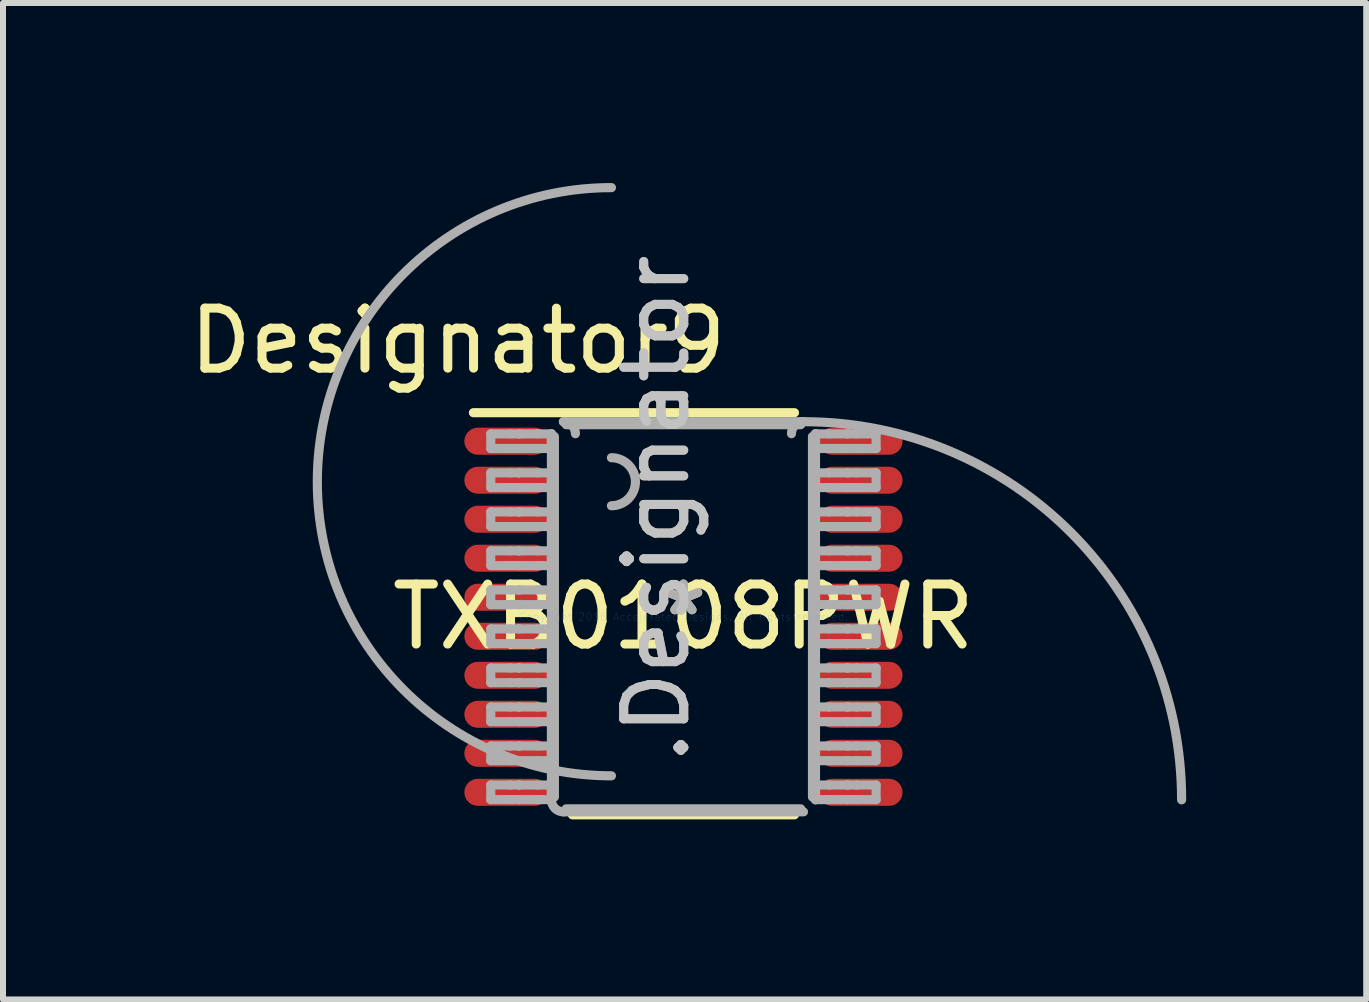
<source format=kicad_pcb>
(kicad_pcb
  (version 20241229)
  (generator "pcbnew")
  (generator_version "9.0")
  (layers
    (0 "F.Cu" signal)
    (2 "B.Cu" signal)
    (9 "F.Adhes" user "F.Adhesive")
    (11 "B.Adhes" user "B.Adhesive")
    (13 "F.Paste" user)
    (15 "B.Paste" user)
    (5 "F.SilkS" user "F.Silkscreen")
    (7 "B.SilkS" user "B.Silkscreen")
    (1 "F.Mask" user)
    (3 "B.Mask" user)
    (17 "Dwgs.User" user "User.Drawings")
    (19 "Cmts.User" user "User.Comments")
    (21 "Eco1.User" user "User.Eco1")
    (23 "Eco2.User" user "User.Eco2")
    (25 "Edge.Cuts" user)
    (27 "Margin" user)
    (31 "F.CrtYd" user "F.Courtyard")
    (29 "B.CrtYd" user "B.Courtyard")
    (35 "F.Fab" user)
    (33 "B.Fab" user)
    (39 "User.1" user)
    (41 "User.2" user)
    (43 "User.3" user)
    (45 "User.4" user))
  (footprint "TXB0108PWR"
    (layer "F.Cu")
    (at 8.337 7.226)
    (property "Reference" "TXB0108PWR" (at 0 0 0) (layer "F.SilkS") (effects (font (size 1 1) (thickness 0.15))))
    (attr through_hole)
    (fp_line (start -3.5 -3.4) (end 1.85 -3.4) (stroke (width 0.152) (type solid)) (layer "F.SilkS"))
    (fp_line (start -1.85 3.3) (end 1.85 3.3) (stroke (width 0.152) (type solid)) (layer "F.SilkS"))
    (fp_line (start -3.21 -3.047) (end -2.887 -3.047) (stroke (width 0.152) (type solid)) (layer "F.Fab"))
    (fp_line (start -3.21 -2.803) (end -3.21 -3.047) (stroke (width 0.152) (type solid)) (layer "F.Fab"))
    (fp_line (start -3.21 -2.803) (end -2.887 -2.803) (stroke (width 0.152) (type solid)) (layer "F.Fab"))
    (fp_line (start -3.21 -2.398) (end -2.887 -2.398) (stroke (width 0.152) (type solid)) (layer "F.Fab"))
    (fp_line (start -3.21 -2.152) (end -3.21 -2.398) (stroke (width 0.152) (type solid)) (layer "F.Fab"))
    (fp_line (start -3.21 -2.152) (end -2.887 -2.152) (stroke (width 0.152) (type solid)) (layer "F.Fab"))
    (fp_line (start -3.21 -1.747) (end -2.887 -1.747) (stroke (width 0.152) (type solid)) (layer "F.Fab"))
    (fp_line (start -3.21 -1.503) (end -3.21 -1.747) (stroke (width 0.152) (type solid)) (layer "F.Fab"))
    (fp_line (start -3.21 -1.503) (end -2.887 -1.503) (stroke (width 0.152) (type solid)) (layer "F.Fab"))
    (fp_line (start -3.21 -1.098) (end -2.887 -1.098) (stroke (width 0.152) (type solid)) (layer "F.Fab"))
    (fp_line (start -3.21 -0.852) (end -3.21 -1.098) (stroke (width 0.152) (type solid)) (layer "F.Fab"))
    (fp_line (start -3.21 -0.852) (end -2.887 -0.852) (stroke (width 0.152) (type solid)) (layer "F.Fab"))
    (fp_line (start -3.21 -0.447) (end -2.887 -0.447) (stroke (width 0.152) (type solid)) (layer "F.Fab"))
    (fp_line (start -3.21 -0.202) (end -3.21 -0.447) (stroke (width 0.152) (type solid)) (layer "F.Fab"))
    (fp_line (start -3.21 -0.202) (end -2.887 -0.202) (stroke (width 0.152) (type solid)) (layer "F.Fab"))
    (fp_line (start -3.21 0.202) (end -2.887 0.202) (stroke (width 0.152) (type solid)) (layer "F.Fab"))
    (fp_line (start -3.21 0.448) (end -3.21 0.202) (stroke (width 0.152) (type solid)) (layer "F.Fab"))
    (fp_line (start -3.21 0.448) (end -2.887 0.448) (stroke (width 0.152) (type solid)) (layer "F.Fab"))
    (fp_line (start -3.21 0.853) (end -2.887 0.853) (stroke (width 0.152) (type solid)) (layer "F.Fab"))
    (fp_line (start -3.21 1.098) (end -3.21 0.853) (stroke (width 0.152) (type solid)) (layer "F.Fab"))
    (fp_line (start -3.21 1.098) (end -2.887 1.098) (stroke (width 0.152) (type solid)) (layer "F.Fab"))
    (fp_line (start -3.21 1.503) (end -2.887 1.503) (stroke (width 0.152) (type solid)) (layer "F.Fab"))
    (fp_line (start -3.21 1.748) (end -3.21 1.503) (stroke (width 0.152) (type solid)) (layer "F.Fab"))
    (fp_line (start -3.21 1.748) (end -2.887 1.748) (stroke (width 0.152) (type solid)) (layer "F.Fab"))
    (fp_line (start -3.21 2.153) (end -2.887 2.153) (stroke (width 0.152) (type solid)) (layer "F.Fab"))
    (fp_line (start -3.21 2.398) (end -3.21 2.153) (stroke (width 0.152) (type solid)) (layer "F.Fab"))
    (fp_line (start -3.21 2.398) (end -2.887 2.398) (stroke (width 0.152) (type solid)) (layer "F.Fab"))
    (fp_line (start -3.21 2.803) (end -2.887 2.803) (stroke (width 0.152) (type solid)) (layer "F.Fab"))
    (fp_line (start -3.21 3.047) (end -3.21 2.803) (stroke (width 0.152) (type solid)) (layer "F.Fab"))
    (fp_line (start -3.21 3.047) (end -2.887 3.047) (stroke (width 0.152) (type solid)) (layer "F.Fab"))
    (fp_line (start -2.887 -3.047) (end -2.739 -3.047) (stroke (width 0.152) (type solid)) (layer "F.Fab"))
    (fp_line (start -2.887 -2.803) (end -2.739 -2.803) (stroke (width 0.152) (type solid)) (layer "F.Fab"))
    (fp_line (start -2.887 -2.398) (end -2.739 -2.398) (stroke (width 0.152) (type solid)) (layer "F.Fab"))
    (fp_line (start -2.887 -2.152) (end -2.739 -2.152) (stroke (width 0.152) (type solid)) (layer "F.Fab"))
    (fp_line (start -2.887 -1.747) (end -2.739 -1.747) (stroke (width 0.152) (type solid)) (layer "F.Fab"))
    (fp_line (start -2.887 -1.503) (end -2.739 -1.503) (stroke (width 0.152) (type solid)) (layer "F.Fab"))
    (fp_line (start -2.887 -1.098) (end -2.739 -1.098) (stroke (width 0.152) (type solid)) (layer "F.Fab"))
    (fp_line (start -2.887 -0.852) (end -2.739 -0.852) (stroke (width 0.152) (type solid)) (layer "F.Fab"))
    (fp_line (start -2.887 -0.447) (end -2.739 -0.447) (stroke (width 0.152) (type solid)) (layer "F.Fab"))
    (fp_line (start -2.887 -0.202) (end -2.739 -0.202) (stroke (width 0.152) (type solid)) (layer "F.Fab"))
    (fp_line (start -2.887 0.202) (end -2.739 0.202) (stroke (width 0.152) (type solid)) (layer "F.Fab"))
    (fp_line (start -2.887 0.448) (end -2.739 0.448) (stroke (width 0.152) (type solid)) (layer "F.Fab"))
    (fp_line (start -2.887 0.853) (end -2.739 0.853) (stroke (width 0.152) (type solid)) (layer "F.Fab"))
    (fp_line (start -2.887 1.098) (end -2.739 1.098) (stroke (width 0.152) (type solid)) (layer "F.Fab"))
    (fp_line (start -2.887 1.503) (end -2.739 1.503) (stroke (width 0.152) (type solid)) (layer "F.Fab"))
    (fp_line (start -2.887 1.748) (end -2.739 1.748) (stroke (width 0.152) (type solid)) (layer "F.Fab"))
    (fp_line (start -2.887 2.153) (end -2.739 2.153) (stroke (width 0.152) (type solid)) (layer "F.Fab"))
    (fp_line (start -2.887 2.398) (end -2.739 2.398) (stroke (width 0.152) (type solid)) (layer "F.Fab"))
    (fp_line (start -2.887 2.803) (end -2.739 2.803) (stroke (width 0.152) (type solid)) (layer "F.Fab"))
    (fp_line (start -2.887 3.047) (end -2.739 3.047) (stroke (width 0.152) (type solid)) (layer "F.Fab"))
    (fp_line (start -2.739 -3.047) (end -2.733 -3.047) (stroke (width 0.152) (type solid)) (layer "F.Fab"))
    (fp_line (start -2.739 -2.803) (end -2.733 -2.803) (stroke (width 0.152) (type solid)) (layer "F.Fab"))
    (fp_line (start -2.739 -2.398) (end -2.733 -2.398) (stroke (width 0.152) (type solid)) (layer "F.Fab"))
    (fp_line (start -2.739 -2.152) (end -2.733 -2.152) (stroke (width 0.152) (type solid)) (layer "F.Fab"))
    (fp_line (start -2.739 -1.747) (end -2.733 -1.747) (stroke (width 0.152) (type solid)) (layer "F.Fab"))
    (fp_line (start -2.739 -1.503) (end -2.733 -1.503) (stroke (width 0.152) (type solid)) (layer "F.Fab"))
    (fp_line (start -2.739 -1.098) (end -2.733 -1.098) (stroke (width 0.152) (type solid)) (layer "F.Fab"))
    (fp_line (start -2.739 -0.852) (end -2.733 -0.852) (stroke (width 0.152) (type solid)) (layer "F.Fab"))
    (fp_line (start -2.739 -0.447) (end -2.733 -0.447) (stroke (width 0.152) (type solid)) (layer "F.Fab"))
    (fp_line (start -2.739 -0.202) (end -2.733 -0.202) (stroke (width 0.152) (type solid)) (layer "F.Fab"))
    (fp_line (start -2.739 0.202) (end -2.733 0.202) (stroke (width 0.152) (type solid)) (layer "F.Fab"))
    (fp_line (start -2.739 0.448) (end -2.733 0.448) (stroke (width 0.152) (type solid)) (layer "F.Fab"))
    (fp_line (start -2.739 0.853) (end -2.733 0.853) (stroke (width 0.152) (type solid)) (layer "F.Fab"))
    (fp_line (start -2.739 1.098) (end -2.733 1.098) (stroke (width 0.152) (type solid)) (layer "F.Fab"))
    (fp_line (start -2.739 1.503) (end -2.733 1.503) (stroke (width 0.152) (type solid)) (layer "F.Fab"))
    (fp_line (start -2.739 1.748) (end -2.733 1.748) (stroke (width 0.152) (type solid)) (layer "F.Fab"))
    (fp_line (start -2.739 2.153) (end -2.733 2.153) (stroke (width 0.152) (type solid)) (layer "F.Fab"))
    (fp_line (start -2.739 2.398) (end -2.733 2.398) (stroke (width 0.152) (type solid)) (layer "F.Fab"))
    (fp_line (start -2.739 2.803) (end -2.733 2.803) (stroke (width 0.152) (type solid)) (layer "F.Fab"))
    (fp_line (start -2.739 3.047) (end -2.733 3.047) (stroke (width 0.152) (type solid)) (layer "F.Fab"))
    (fp_line (start -2.733 -3.047) (end -2.431 -3.047) (stroke (width 0.152) (type solid)) (layer "F.Fab"))
    (fp_line (start -2.733 -2.803) (end -2.431 -2.803) (stroke (width 0.152) (type solid)) (layer "F.Fab"))
    (fp_line (start -2.733 -2.398) (end -2.431 -2.398) (stroke (width 0.152) (type solid)) (layer "F.Fab"))
    (fp_line (start -2.733 -2.152) (end -2.431 -2.152) (stroke (width 0.152) (type solid)) (layer "F.Fab"))
    (fp_line (start -2.733 -1.747) (end -2.431 -1.747) (stroke (width 0.152) (type solid)) (layer "F.Fab"))
    (fp_line (start -2.733 -1.503) (end -2.431 -1.503) (stroke (width 0.152) (type solid)) (layer "F.Fab"))
    (fp_line (start -2.733 -1.098) (end -2.431 -1.098) (stroke (width 0.152) (type solid)) (layer "F.Fab"))
    (fp_line (start -2.733 -0.852) (end -2.431 -0.852) (stroke (width 0.152) (type solid)) (layer "F.Fab"))
    (fp_line (start -2.733 -0.447) (end -2.431 -0.447) (stroke (width 0.152) (type solid)) (layer "F.Fab"))
    (fp_line (start -2.733 -0.202) (end -2.431 -0.202) (stroke (width 0.152) (type solid)) (layer "F.Fab"))
    (fp_line (start -2.733 0.202) (end -2.431 0.202) (stroke (width 0.152) (type solid)) (layer "F.Fab"))
    (fp_line (start -2.733 0.448) (end -2.431 0.448) (stroke (width 0.152) (type solid)) (layer "F.Fab"))
    (fp_line (start -2.733 0.853) (end -2.431 0.853) (stroke (width 0.152) (type solid)) (layer "F.Fab"))
    (fp_line (start -2.733 1.098) (end -2.431 1.098) (stroke (width 0.152) (type solid)) (layer "F.Fab"))
    (fp_line (start -2.733 1.503) (end -2.431 1.503) (stroke (width 0.152) (type solid)) (layer "F.Fab"))
    (fp_line (start -2.733 1.748) (end -2.431 1.748) (stroke (width 0.152) (type solid)) (layer "F.Fab"))
    (fp_line (start -2.733 2.153) (end -2.431 2.153) (stroke (width 0.152) (type solid)) (layer "F.Fab"))
    (fp_line (start -2.733 2.398) (end -2.431 2.398) (stroke (width 0.152) (type solid)) (layer "F.Fab"))
    (fp_line (start -2.733 2.803) (end -2.431 2.803) (stroke (width 0.152) (type solid)) (layer "F.Fab"))
    (fp_line (start -2.733 3.047) (end -2.431 3.047) (stroke (width 0.152) (type solid)) (layer "F.Fab"))
    (fp_line (start -2.431 -3.047) (end -2.2 -3.047) (stroke (width 0.152) (type solid)) (layer "F.Fab"))
    (fp_line (start -2.431 -2.803) (end -2.2 -2.803) (stroke (width 0.152) (type solid)) (layer "F.Fab"))
    (fp_line (start -2.431 -2.398) (end -2.2 -2.398) (stroke (width 0.152) (type solid)) (layer "F.Fab"))
    (fp_line (start -2.431 -2.152) (end -2.2 -2.152) (stroke (width 0.152) (type solid)) (layer "F.Fab"))
    (fp_line (start -2.431 -1.747) (end -2.2 -1.747) (stroke (width 0.152) (type solid)) (layer "F.Fab"))
    (fp_line (start -2.431 -1.503) (end -2.2 -1.503) (stroke (width 0.152) (type solid)) (layer "F.Fab"))
    (fp_line (start -2.431 -1.098) (end -2.2 -1.098) (stroke (width 0.152) (type solid)) (layer "F.Fab"))
    (fp_line (start -2.431 -0.852) (end -2.2 -0.852) (stroke (width 0.152) (type solid)) (layer "F.Fab"))
    (fp_line (start -2.431 -0.447) (end -2.2 -0.447) (stroke (width 0.152) (type solid)) (layer "F.Fab"))
    (fp_line (start -2.431 -0.202) (end -2.2 -0.202) (stroke (width 0.152) (type solid)) (layer "F.Fab"))
    (fp_line (start -2.431 0.202) (end -2.2 0.202) (stroke (width 0.152) (type solid)) (layer "F.Fab"))
    (fp_line (start -2.431 0.448) (end -2.2 0.448) (stroke (width 0.152) (type solid)) (layer "F.Fab"))
    (fp_line (start -2.431 0.853) (end -2.2 0.853) (stroke (width 0.152) (type solid)) (layer "F.Fab"))
    (fp_line (start -2.431 1.098) (end -2.2 1.098) (stroke (width 0.152) (type solid)) (layer "F.Fab"))
    (fp_line (start -2.431 1.503) (end -2.2 1.503) (stroke (width 0.152) (type solid)) (layer "F.Fab"))
    (fp_line (start -2.431 1.748) (end -2.2 1.748) (stroke (width 0.152) (type solid)) (layer "F.Fab"))
    (fp_line (start -2.431 2.153) (end -2.2 2.153) (stroke (width 0.152) (type solid)) (layer "F.Fab"))
    (fp_line (start -2.431 2.398) (end -2.2 2.398) (stroke (width 0.152) (type solid)) (layer "F.Fab"))
    (fp_line (start -2.431 2.803) (end -2.2 2.803) (stroke (width 0.152) (type solid)) (layer "F.Fab"))
    (fp_line (start -2.431 3.047) (end -2.2 3.047) (stroke (width 0.152) (type solid)) (layer "F.Fab"))
    (fp_line (start -2.2 -2.803) (end -2.2 -3.047) (stroke (width 0.152) (type solid)) (layer "F.Fab"))
    (fp_line (start -2.2 -2.152) (end -2.2 -2.398) (stroke (width 0.152) (type solid)) (layer "F.Fab"))
    (fp_line (start -2.2 -1.503) (end -2.2 -1.747) (stroke (width 0.152) (type solid)) (layer "F.Fab"))
    (fp_line (start -2.2 -0.852) (end -2.2 -1.098) (stroke (width 0.152) (type solid)) (layer "F.Fab"))
    (fp_line (start -2.2 -0.202) (end -2.2 -0.447) (stroke (width 0.152) (type solid)) (layer "F.Fab"))
    (fp_line (start -2.2 0.448) (end -2.2 0.202) (stroke (width 0.152) (type solid)) (layer "F.Fab"))
    (fp_line (start -2.2 1.098) (end -2.2 0.853) (stroke (width 0.152) (type solid)) (layer "F.Fab"))
    (fp_line (start -2.2 1.748) (end -2.2 1.503) (stroke (width 0.152) (type solid)) (layer "F.Fab"))
    (fp_line (start -2.2 2.398) (end -2.2 2.153) (stroke (width 0.152) (type solid)) (layer "F.Fab"))
    (fp_line (start -2.2 3.047) (end -2.2 2.803) (stroke (width 0.152) (type solid)) (layer "F.Fab"))
    (fp_line (start -2.2 3.05) (end -2.2 -3.05) (stroke (width 0.152) (type solid)) (layer "F.Fab"))
    (fp_line (start -2.15 3.004) (end -2.15 -3.004) (stroke (width 0.152) (type solid)) (layer "F.Fab"))
    (fp_line (start -2 -3.25) (end 2 -3.25) (stroke (width 0.152) (type solid)) (layer "F.Fab"))
    (fp_line (start -2 3.25) (end 2 3.25) (stroke (width 0.152) (type solid)) (layer "F.Fab"))
    (fp_line (start -1.954 -3.2) (end 1.954 -3.2) (stroke (width 0.152) (type solid)) (layer "F.Fab"))
    (fp_line (start -1.954 3.2) (end 1.954 3.2) (stroke (width 0.152) (type solid)) (layer "F.Fab"))
    (fp_line (start 2.15 3.004) (end 2.15 -3.004) (stroke (width 0.152) (type solid)) (layer "F.Fab"))
    (fp_line (start 2.2 -3.047) (end 2.43 -3.047) (stroke (width 0.152) (type solid)) (layer "F.Fab"))
    (fp_line (start 2.2 -2.803) (end 2.2 -3.047) (stroke (width 0.152) (type solid)) (layer "F.Fab"))
    (fp_line (start 2.2 -2.803) (end 2.43 -2.803) (stroke (width 0.152) (type solid)) (layer "F.Fab"))
    (fp_line (start 2.2 -2.398) (end 2.43 -2.398) (stroke (width 0.152) (type solid)) (layer "F.Fab"))
    (fp_line (start 2.2 -2.152) (end 2.2 -2.398) (stroke (width 0.152) (type solid)) (layer "F.Fab"))
    (fp_line (start 2.2 -2.152) (end 2.43 -2.152) (stroke (width 0.152) (type solid)) (layer "F.Fab"))
    (fp_line (start 2.2 -1.747) (end 2.43 -1.747) (stroke (width 0.152) (type solid)) (layer "F.Fab"))
    (fp_line (start 2.2 -1.503) (end 2.2 -1.747) (stroke (width 0.152) (type solid)) (layer "F.Fab"))
    (fp_line (start 2.2 -1.503) (end 2.43 -1.503) (stroke (width 0.152) (type solid)) (layer "F.Fab"))
    (fp_line (start 2.2 -1.098) (end 2.43 -1.098) (stroke (width 0.152) (type solid)) (layer "F.Fab"))
    (fp_line (start 2.2 -0.852) (end 2.2 -1.098) (stroke (width 0.152) (type solid)) (layer "F.Fab"))
    (fp_line (start 2.2 -0.852) (end 2.43 -0.852) (stroke (width 0.152) (type solid)) (layer "F.Fab"))
    (fp_line (start 2.2 -0.447) (end 2.43 -0.447) (stroke (width 0.152) (type solid)) (layer "F.Fab"))
    (fp_line (start 2.2 -0.202) (end 2.2 -0.447) (stroke (width 0.152) (type solid)) (layer "F.Fab"))
    (fp_line (start 2.2 -0.202) (end 2.43 -0.202) (stroke (width 0.152) (type solid)) (layer "F.Fab"))
    (fp_line (start 2.2 0.202) (end 2.43 0.202) (stroke (width 0.152) (type solid)) (layer "F.Fab"))
    (fp_line (start 2.2 0.448) (end 2.2 0.202) (stroke (width 0.152) (type solid)) (layer "F.Fab"))
    (fp_line (start 2.2 0.448) (end 2.43 0.448) (stroke (width 0.152) (type solid)) (layer "F.Fab"))
    (fp_line (start 2.2 0.853) (end 2.43 0.853) (stroke (width 0.152) (type solid)) (layer "F.Fab"))
    (fp_line (start 2.2 1.098) (end 2.2 0.853) (stroke (width 0.152) (type solid)) (layer "F.Fab"))
    (fp_line (start 2.2 1.098) (end 2.43 1.098) (stroke (width 0.152) (type solid)) (layer "F.Fab"))
    (fp_line (start 2.2 1.503) (end 2.43 1.503) (stroke (width 0.152) (type solid)) (layer "F.Fab"))
    (fp_line (start 2.2 1.748) (end 2.2 1.503) (stroke (width 0.152) (type solid)) (layer "F.Fab"))
    (fp_line (start 2.2 1.748) (end 2.43 1.748) (stroke (width 0.152) (type solid)) (layer "F.Fab"))
    (fp_line (start 2.2 2.153) (end 2.43 2.153) (stroke (width 0.152) (type solid)) (layer "F.Fab"))
    (fp_line (start 2.2 2.398) (end 2.2 2.153) (stroke (width 0.152) (type solid)) (layer "F.Fab"))
    (fp_line (start 2.2 2.398) (end 2.43 2.398) (stroke (width 0.152) (type solid)) (layer "F.Fab"))
    (fp_line (start 2.2 2.803) (end 2.43 2.803) (stroke (width 0.152) (type solid)) (layer "F.Fab"))
    (fp_line (start 2.2 3.047) (end 2.2 2.803) (stroke (width 0.152) (type solid)) (layer "F.Fab"))
    (fp_line (start 2.2 3.047) (end 2.43 3.047) (stroke (width 0.152) (type solid)) (layer "F.Fab"))
    (fp_line (start 2.2 3.05) (end 2.2 -3.05) (stroke (width 0.152) (type solid)) (layer "F.Fab"))
    (fp_line (start 2.43 -3.047) (end 2.733 -3.047) (stroke (width 0.152) (type solid)) (layer "F.Fab"))
    (fp_line (start 2.43 -2.803) (end 2.733 -2.803) (stroke (width 0.152) (type solid)) (layer "F.Fab"))
    (fp_line (start 2.43 -2.398) (end 2.733 -2.398) (stroke (width 0.152) (type solid)) (layer "F.Fab"))
    (fp_line (start 2.43 -2.152) (end 2.733 -2.152) (stroke (width 0.152) (type solid)) (layer "F.Fab"))
    (fp_line (start 2.43 -1.747) (end 2.733 -1.747) (stroke (width 0.152) (type solid)) (layer "F.Fab"))
    (fp_line (start 2.43 -1.503) (end 2.733 -1.503) (stroke (width 0.152) (type solid)) (layer "F.Fab"))
    (fp_line (start 2.43 -1.098) (end 2.733 -1.098) (stroke (width 0.152) (type solid)) (layer "F.Fab"))
    (fp_line (start 2.43 -0.852) (end 2.733 -0.852) (stroke (width 0.152) (type solid)) (layer "F.Fab"))
    (fp_line (start 2.43 -0.447) (end 2.733 -0.447) (stroke (width 0.152) (type solid)) (layer "F.Fab"))
    (fp_line (start 2.43 -0.202) (end 2.733 -0.202) (stroke (width 0.152) (type solid)) (layer "F.Fab"))
    (fp_line (start 2.43 0.202) (end 2.733 0.202) (stroke (width 0.152) (type solid)) (layer "F.Fab"))
    (fp_line (start 2.43 0.448) (end 2.733 0.448) (stroke (width 0.152) (type solid)) (layer "F.Fab"))
    (fp_line (start 2.43 0.853) (end 2.733 0.853) (stroke (width 0.152) (type solid)) (layer "F.Fab"))
    (fp_line (start 2.43 1.098) (end 2.733 1.098) (stroke (width 0.152) (type solid)) (layer "F.Fab"))
    (fp_line (start 2.43 1.503) (end 2.733 1.503) (stroke (width 0.152) (type solid)) (layer "F.Fab"))
    (fp_line (start 2.43 1.748) (end 2.733 1.748) (stroke (width 0.152) (type solid)) (layer "F.Fab"))
    (fp_line (start 2.43 2.153) (end 2.733 2.153) (stroke (width 0.152) (type solid)) (layer "F.Fab"))
    (fp_line (start 2.43 2.398) (end 2.733 2.398) (stroke (width 0.152) (type solid)) (layer "F.Fab"))
    (fp_line (start 2.43 2.803) (end 2.733 2.803) (stroke (width 0.152) (type solid)) (layer "F.Fab"))
    (fp_line (start 2.43 3.047) (end 2.733 3.047) (stroke (width 0.152) (type solid)) (layer "F.Fab"))
    (fp_line (start 2.733 -3.047) (end 2.739 -3.047) (stroke (width 0.152) (type solid)) (layer "F.Fab"))
    (fp_line (start 2.733 -2.803) (end 2.739 -2.803) (stroke (width 0.152) (type solid)) (layer "F.Fab"))
    (fp_line (start 2.733 -2.398) (end 2.739 -2.398) (stroke (width 0.152) (type solid)) (layer "F.Fab"))
    (fp_line (start 2.733 -2.152) (end 2.739 -2.152) (stroke (width 0.152) (type solid)) (layer "F.Fab"))
    (fp_line (start 2.733 -1.747) (end 2.739 -1.747) (stroke (width 0.152) (type solid)) (layer "F.Fab"))
    (fp_line (start 2.733 -1.503) (end 2.739 -1.503) (stroke (width 0.152) (type solid)) (layer "F.Fab"))
    (fp_line (start 2.733 -1.098) (end 2.739 -1.098) (stroke (width 0.152) (type solid)) (layer "F.Fab"))
    (fp_line (start 2.733 -0.852) (end 2.739 -0.852) (stroke (width 0.152) (type solid)) (layer "F.Fab"))
    (fp_line (start 2.733 -0.447) (end 2.739 -0.447) (stroke (width 0.152) (type solid)) (layer "F.Fab"))
    (fp_line (start 2.733 -0.202) (end 2.739 -0.202) (stroke (width 0.152) (type solid)) (layer "F.Fab"))
    (fp_line (start 2.733 0.202) (end 2.739 0.202) (stroke (width 0.152) (type solid)) (layer "F.Fab"))
    (fp_line (start 2.733 0.448) (end 2.739 0.448) (stroke (width 0.152) (type solid)) (layer "F.Fab"))
    (fp_line (start 2.733 0.853) (end 2.739 0.853) (stroke (width 0.152) (type solid)) (layer "F.Fab"))
    (fp_line (start 2.733 1.098) (end 2.739 1.098) (stroke (width 0.152) (type solid)) (layer "F.Fab"))
    (fp_line (start 2.733 1.503) (end 2.739 1.503) (stroke (width 0.152) (type solid)) (layer "F.Fab"))
    (fp_line (start 2.733 1.748) (end 2.739 1.748) (stroke (width 0.152) (type solid)) (layer "F.Fab"))
    (fp_line (start 2.733 2.153) (end 2.739 2.153) (stroke (width 0.152) (type solid)) (layer "F.Fab"))
    (fp_line (start 2.733 2.398) (end 2.739 2.398) (stroke (width 0.152) (type solid)) (layer "F.Fab"))
    (fp_line (start 2.733 2.803) (end 2.739 2.803) (stroke (width 0.152) (type solid)) (layer "F.Fab"))
    (fp_line (start 2.733 3.047) (end 2.739 3.047) (stroke (width 0.152) (type solid)) (layer "F.Fab"))
    (fp_line (start 2.739 -3.047) (end 2.887 -3.047) (stroke (width 0.152) (type solid)) (layer "F.Fab"))
    (fp_line (start 2.739 -2.803) (end 2.887 -2.803) (stroke (width 0.152) (type solid)) (layer "F.Fab"))
    (fp_line (start 2.739 -2.398) (end 2.887 -2.398) (stroke (width 0.152) (type solid)) (layer "F.Fab"))
    (fp_line (start 2.739 -2.152) (end 2.887 -2.152) (stroke (width 0.152) (type solid)) (layer "F.Fab"))
    (fp_line (start 2.739 -1.747) (end 2.887 -1.747) (stroke (width 0.152) (type solid)) (layer "F.Fab"))
    (fp_line (start 2.739 -1.503) (end 2.887 -1.503) (stroke (width 0.152) (type solid)) (layer "F.Fab"))
    (fp_line (start 2.739 -1.098) (end 2.887 -1.098) (stroke (width 0.152) (type solid)) (layer "F.Fab"))
    (fp_line (start 2.739 -0.852) (end 2.887 -0.852) (stroke (width 0.152) (type solid)) (layer "F.Fab"))
    (fp_line (start 2.739 -0.447) (end 2.887 -0.447) (stroke (width 0.152) (type solid)) (layer "F.Fab"))
    (fp_line (start 2.739 -0.202) (end 2.887 -0.202) (stroke (width 0.152) (type solid)) (layer "F.Fab"))
    (fp_line (start 2.739 0.202) (end 2.887 0.202) (stroke (width 0.152) (type solid)) (layer "F.Fab"))
    (fp_line (start 2.739 0.448) (end 2.887 0.448) (stroke (width 0.152) (type solid)) (layer "F.Fab"))
    (fp_line (start 2.739 0.853) (end 2.887 0.853) (stroke (width 0.152) (type solid)) (layer "F.Fab"))
    (fp_line (start 2.739 1.098) (end 2.887 1.098) (stroke (width 0.152) (type solid)) (layer "F.Fab"))
    (fp_line (start 2.739 1.503) (end 2.887 1.503) (stroke (width 0.152) (type solid)) (layer "F.Fab"))
    (fp_line (start 2.739 1.748) (end 2.887 1.748) (stroke (width 0.152) (type solid)) (layer "F.Fab"))
    (fp_line (start 2.739 2.153) (end 2.887 2.153) (stroke (width 0.152) (type solid)) (layer "F.Fab"))
    (fp_line (start 2.739 2.398) (end 2.887 2.398) (stroke (width 0.152) (type solid)) (layer "F.Fab"))
    (fp_line (start 2.739 2.803) (end 2.887 2.803) (stroke (width 0.152) (type solid)) (layer "F.Fab"))
    (fp_line (start 2.739 3.047) (end 2.887 3.047) (stroke (width 0.152) (type solid)) (layer "F.Fab"))
    (fp_line (start 2.887 -3.047) (end 3.21 -3.047) (stroke (width 0.152) (type solid)) (layer "F.Fab"))
    (fp_line (start 2.887 -2.803) (end 3.21 -2.803) (stroke (width 0.152) (type solid)) (layer "F.Fab"))
    (fp_line (start 2.887 -2.398) (end 3.21 -2.398) (stroke (width 0.152) (type solid)) (layer "F.Fab"))
    (fp_line (start 2.887 -2.152) (end 3.21 -2.152) (stroke (width 0.152) (type solid)) (layer "F.Fab"))
    (fp_line (start 2.887 -1.747) (end 3.21 -1.747) (stroke (width 0.152) (type solid)) (layer "F.Fab"))
    (fp_line (start 2.887 -1.503) (end 3.21 -1.503) (stroke (width 0.152) (type solid)) (layer "F.Fab"))
    (fp_line (start 2.887 -1.098) (end 3.21 -1.098) (stroke (width 0.152) (type solid)) (layer "F.Fab"))
    (fp_line (start 2.887 -0.852) (end 3.21 -0.852) (stroke (width 0.152) (type solid)) (layer "F.Fab"))
    (fp_line (start 2.887 -0.447) (end 3.21 -0.447) (stroke (width 0.152) (type solid)) (layer "F.Fab"))
    (fp_line (start 2.887 -0.202) (end 3.21 -0.202) (stroke (width 0.152) (type solid)) (layer "F.Fab"))
    (fp_line (start 2.887 0.202) (end 3.21 0.202) (stroke (width 0.152) (type solid)) (layer "F.Fab"))
    (fp_line (start 2.887 0.448) (end 3.21 0.448) (stroke (width 0.152) (type solid)) (layer "F.Fab"))
    (fp_line (start 2.887 0.853) (end 3.21 0.853) (stroke (width 0.152) (type solid)) (layer "F.Fab"))
    (fp_line (start 2.887 1.098) (end 3.21 1.098) (stroke (width 0.152) (type solid)) (layer "F.Fab"))
    (fp_line (start 2.887 1.503) (end 3.21 1.503) (stroke (width 0.152) (type solid)) (layer "F.Fab"))
    (fp_line (start 2.887 1.748) (end 3.21 1.748) (stroke (width 0.152) (type solid)) (layer "F.Fab"))
    (fp_line (start 2.887 2.153) (end 3.21 2.153) (stroke (width 0.152) (type solid)) (layer "F.Fab"))
    (fp_line (start 2.887 2.398) (end 3.21 2.398) (stroke (width 0.152) (type solid)) (layer "F.Fab"))
    (fp_line (start 2.887 2.803) (end 3.21 2.803) (stroke (width 0.152) (type solid)) (layer "F.Fab"))
    (fp_line (start 2.887 3.047) (end 3.21 3.047) (stroke (width 0.152) (type solid)) (layer "F.Fab"))
    (fp_line (start 3.21 -2.803) (end 3.21 -3.047) (stroke (width 0.152) (type solid)) (layer "F.Fab"))
    (fp_line (start 3.21 -2.152) (end 3.21 -2.398) (stroke (width 0.152) (type solid)) (layer "F.Fab"))
    (fp_line (start 3.21 -1.503) (end 3.21 -1.747) (stroke (width 0.152) (type solid)) (layer "F.Fab"))
    (fp_line (start 3.21 -0.852) (end 3.21 -1.098) (stroke (width 0.152) (type solid)) (layer "F.Fab"))
    (fp_line (start 3.21 -0.202) (end 3.21 -0.447) (stroke (width 0.152) (type solid)) (layer "F.Fab"))
    (fp_line (start 3.21 0.448) (end 3.21 0.202) (stroke (width 0.152) (type solid)) (layer "F.Fab"))
    (fp_line (start 3.21 1.098) (end 3.21 0.853) (stroke (width 0.152) (type solid)) (layer "F.Fab"))
    (fp_line (start 3.21 1.748) (end 3.21 1.503) (stroke (width 0.152) (type solid)) (layer "F.Fab"))
    (fp_line (start 3.21 2.398) (end 3.21 2.153) (stroke (width 0.152) (type solid)) (layer "F.Fab"))
    (fp_line (start 3.21 3.047) (end 3.21 2.803) (stroke (width 0.152) (type solid)) (layer "F.Fab"))
    (fp_arc (start -2.000014 -3.250001) (mid -1.858584 -3.191419) (end -1.800002 -3.049989) (stroke (width 0.1524) (type solid)) (layer "F.Fab"))
    (fp_arc (start -2.000014 3.250011) (mid -2.141444 3.191429) (end -2.200026 3.049999) (stroke (width 0.1524) (type solid)) (layer "F.Fab"))
    (fp_arc (start -1.200003 -2.650002) (mid -0.800004 -2.250003) (end -1.200003 -1.850004) (stroke (width 0.1524) (type solid)) (layer "F.Fab"))
    (fp_arc (start -1.200003 2.650002) (mid -6.100008 -2.250003) (end -1.200003 -7.150008) (stroke (width 0.1524) (type solid)) (layer "F.Fab"))
    (fp_arc (start 1.799991 -3.050002) (mid 1.85857 -3.191423) (end 1.999991 -3.250002) (stroke (width 0.1524) (type solid)) (layer "F.Fab"))
    (fp_arc (start 1.999991 -3.250011) (mid 6.45478 -1.404777) (end 8.300014 3.050012) (stroke (width 0.1524) (type solid)) (layer "F.Fab"))
    (fp_text user "Designator9" (at -3.759 -4.597 0) (layer "F.SilkS") (effects (font (size 1 1) (thickness 0.15))))
    (fp_text user "*" (at 0 0 0) (layer "F.SilkS") (effects (font (size 1 1) (thickness 0.15))))
    (fp_text user ".Designator" (at -0.45 -1.8 270) (layer "Dwgs.User") (effects (font (size 1 1) (thickness 0.15))))
    (fp_text user "Copyright 2016 Accelerated Designs. All rights reserved." (at 0 0 0) (layer "Cmts.User") (effects (font (size 0.127 0.127) (thickness 0.002))))
    (fp_text user "*" (at 0 0 0) (layer "F.Fab") (effects (font (size 1 1) (thickness 0.15))))
    (fp_text user ".Designator" (at -0.45 -1.8 270) (layer "F.Fab") (effects (font (size 1 1) (thickness 0.15))))
    (pad "1" smd oval (at -2.95 -2.925 90) (size 0.45 1.4) (layers "F.Cu" "F.Mask" "F.Paste"))
    (pad "2" smd oval (at -2.95 -2.275 90) (size 0.45 1.4) (layers "F.Cu" "F.Mask" "F.Paste"))
    (pad "3" smd oval (at -2.95 -1.625 90) (size 0.45 1.4) (layers "F.Cu" "F.Mask" "F.Paste"))
    (pad "4" smd oval (at -2.95 -0.975 90) (size 0.45 1.4) (layers "F.Cu" "F.Mask" "F.Paste"))
    (pad "5" smd oval (at -2.95 -0.325 90) (size 0.45 1.4) (layers "F.Cu" "F.Mask" "F.Paste"))
    (pad "6" smd oval (at -2.95 0.325 90) (size 0.45 1.4) (layers "F.Cu" "F.Mask" "F.Paste"))
    (pad "7" smd oval (at -2.95 0.975 90) (size 0.45 1.4) (layers "F.Cu" "F.Mask" "F.Paste"))
    (pad "8" smd oval (at -2.95 1.625 90) (size 0.45 1.4) (layers "F.Cu" "F.Mask" "F.Paste"))
    (pad "9" smd oval (at -2.95 2.275 90) (size 0.45 1.4) (layers "F.Cu" "F.Mask" "F.Paste"))
    (pad "10" smd oval (at -2.95 2.925 90) (size 0.45 1.4) (layers "F.Cu" "F.Mask" "F.Paste"))
    (pad "11" smd oval (at 2.95 2.925 90) (size 0.45 1.4) (layers "F.Cu" "F.Mask" "F.Paste"))
    (pad "12" smd oval (at 2.95 2.275 90) (size 0.45 1.4) (layers "F.Cu" "F.Mask" "F.Paste"))
    (pad "13" smd oval (at 2.95 1.625 90) (size 0.45 1.4) (layers "F.Cu" "F.Mask" "F.Paste"))
    (pad "14" smd oval (at 2.95 0.975 90) (size 0.45 1.4) (layers "F.Cu" "F.Mask" "F.Paste"))
    (pad "15" smd oval (at 2.95 0.325 90) (size 0.45 1.4) (layers "F.Cu" "F.Mask" "F.Paste"))
    (pad "16" smd oval (at 2.95 -0.325 90) (size 0.45 1.4) (layers "F.Cu" "F.Mask" "F.Paste"))
    (pad "17" smd oval (at 2.95 -0.975 90) (size 0.45 1.4) (layers "F.Cu" "F.Mask" "F.Paste"))
    (pad "18" smd oval (at 2.95 -1.625 90) (size 0.45 1.4) (layers "F.Cu" "F.Mask" "F.Paste"))
    (pad "19" smd oval (at 2.95 -2.275 90) (size 0.45 1.4) (layers "F.Cu" "F.Mask" "F.Paste"))
    (pad "20" smd oval (at 2.95 -2.925 90) (size 0.45 1.4) (layers "F.Cu" "F.Mask" "F.Paste")))
  (gr_rect
    (start -3 -3)
    (end 19.713 13.602)
    (stroke (width 0.1) (type default))
    (fill no)
    (layer "Edge.Cuts")))
</source>
